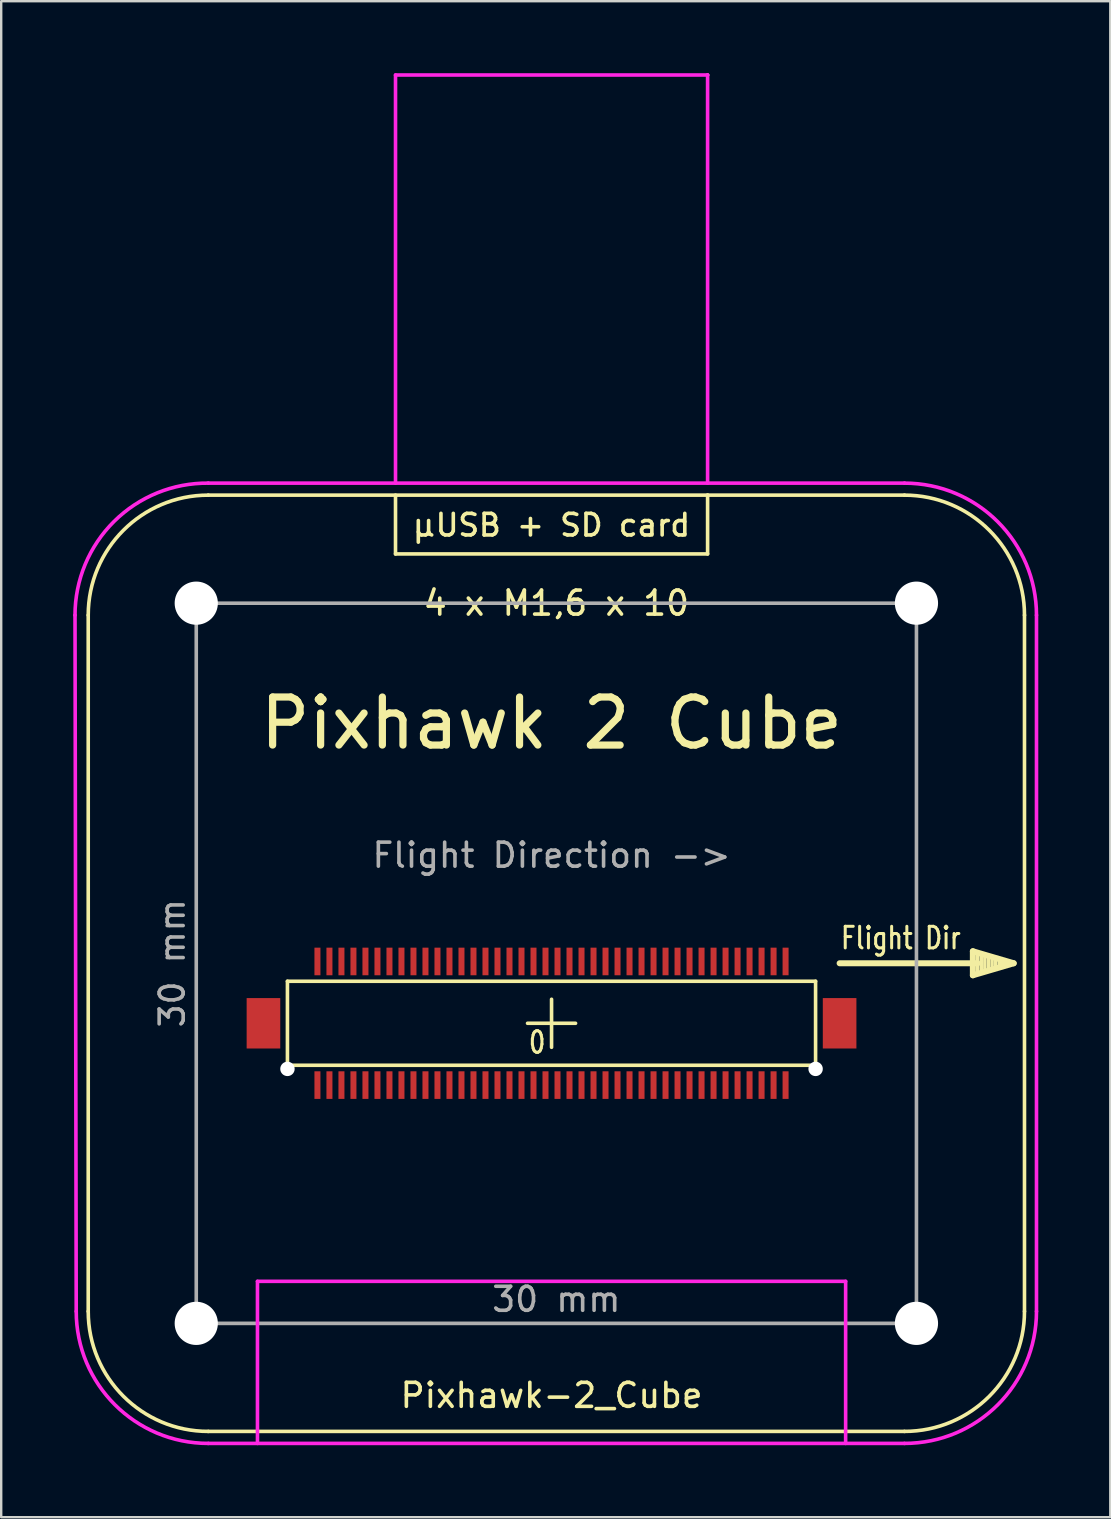
<source format=kicad_pcb>
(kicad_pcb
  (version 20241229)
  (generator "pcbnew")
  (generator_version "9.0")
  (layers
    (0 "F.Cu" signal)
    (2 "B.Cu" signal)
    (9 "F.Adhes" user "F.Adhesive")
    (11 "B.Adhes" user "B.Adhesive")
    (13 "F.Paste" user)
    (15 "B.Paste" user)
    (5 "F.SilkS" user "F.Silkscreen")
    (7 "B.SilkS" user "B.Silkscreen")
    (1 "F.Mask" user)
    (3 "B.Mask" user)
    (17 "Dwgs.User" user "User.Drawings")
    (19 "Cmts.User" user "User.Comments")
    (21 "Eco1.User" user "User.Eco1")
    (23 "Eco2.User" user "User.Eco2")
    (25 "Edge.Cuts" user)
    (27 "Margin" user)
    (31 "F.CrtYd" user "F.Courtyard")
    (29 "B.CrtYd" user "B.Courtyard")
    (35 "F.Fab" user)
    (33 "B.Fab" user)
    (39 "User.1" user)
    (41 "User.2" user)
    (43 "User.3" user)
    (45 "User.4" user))
  (footprint "Pixhawk-2_Cube"
    (layer "F.Cu")
    (at 19.925 39.575)
    (property "Reference" "Pixhawk-2_Cube" (at 0 15.5 0) (layer "F.SilkS") (effects (font (size 1 1) (thickness 0.15))))
    (attr smd)
    (fp_line (start -19.3 12) (end -19.3 -17) (stroke (width 0.15) (type solid)) (layer "F.SilkS"))
    (fp_line (start -14.3 17) (end 14.7 17) (stroke (width 0.15) (type solid)) (layer "F.SilkS"))
    (fp_line (start -11.002 -1.75) (end -11.002 1.75) (stroke (width 0.15) (type solid)) (layer "F.SilkS"))
    (fp_line (start -11.002 1.75) (end 10.998 1.75) (stroke (width 0.15) (type solid)) (layer "F.SilkS"))
    (fp_line (start -6.5 -22) (end -6.5 -19.55) (stroke (width 0.15) (type solid)) (layer "F.SilkS"))
    (fp_line (start -6.5 -19.55) (end 6.5 -19.55) (stroke (width 0.15) (type solid)) (layer "F.SilkS"))
    (fp_line (start -1 0) (end 1 0) (stroke (width 0.15) (type solid)) (layer "F.SilkS"))
    (fp_line (start 0 -1) (end 0 1) (stroke (width 0.15) (type solid)) (layer "F.SilkS"))
    (fp_line (start 6.5 -39.5) (end 6.5 -39.5) (stroke (width 0.15) (type solid)) (layer "F.SilkS"))
    (fp_line (start 6.5 -22) (end 6.5 -22) (stroke (width 0.15) (type solid)) (layer "F.SilkS"))
    (fp_line (start 6.5 -19.55) (end 6.5 -22) (stroke (width 0.15) (type solid)) (layer "F.SilkS"))
    (fp_line (start 10.998 -1.75) (end -11.002 -1.75) (stroke (width 0.15) (type solid)) (layer "F.SilkS"))
    (fp_line (start 10.998 1.75) (end 10.998 -1.75) (stroke (width 0.15) (type solid)) (layer "F.SilkS"))
    (fp_line (start 14.7 -22) (end -14.3 -22) (stroke (width 0.15) (type solid)) (layer "F.SilkS"))
    (fp_line (start 17.55 -3) (end 17.55 -2) (stroke (width 0.25) (type solid)) (layer "F.SilkS"))
    (fp_line (start 17.55 -2) (end 19.25 -2.5) (stroke (width 0.25) (type solid)) (layer "F.SilkS"))
    (fp_line (start 17.75 -2.85) (end 17.75 -2.15) (stroke (width 0.15) (type solid)) (layer "F.SilkS"))
    (fp_line (start 17.75 -2.5) (end 12 -2.5) (stroke (width 0.25) (type solid)) (layer "F.SilkS"))
    (fp_line (start 17.9 -2.8) (end 17.9 -2.2) (stroke (width 0.15) (type solid)) (layer "F.SilkS"))
    (fp_line (start 18.05 -2.75) (end 18.05 -2.25) (stroke (width 0.15) (type solid)) (layer "F.SilkS"))
    (fp_line (start 18.2 -2.7) (end 18.2 -2.3) (stroke (width 0.15) (type solid)) (layer "F.SilkS"))
    (fp_line (start 18.35 -2.65) (end 18.35 -2.35) (stroke (width 0.15) (type solid)) (layer "F.SilkS"))
    (fp_line (start 18.5 -2.6) (end 18.5 -2.4) (stroke (width 0.15) (type solid)) (layer "F.SilkS"))
    (fp_line (start 18.65 -2.6) (end 18.65 -2.4) (stroke (width 0.15) (type solid)) (layer "F.SilkS"))
    (fp_line (start 18.85 -2.5) (end 18.7 -2.5) (stroke (width 0.15) (type solid)) (layer "F.SilkS"))
    (fp_line (start 19.25 -2.5) (end 17.55 -3) (stroke (width 0.25) (type solid)) (layer "F.SilkS"))
    (fp_line (start 19.7 -17) (end 19.7 12) (stroke (width 0.15) (type solid)) (layer "F.SilkS"))
    (fp_arc (start -19.3 -17) (mid -17.835534 -20.535534) (end -14.3 -22) (stroke (width 0.15) (type solid)) (layer "F.SilkS"))
    (fp_arc (start -14.3 17) (mid -17.835534 15.535534) (end -19.3 12) (stroke (width 0.15) (type solid)) (layer "F.SilkS"))
    (fp_arc (start 14.7 -22) (mid 18.235534 -20.535534) (end 19.7 -17) (stroke (width 0.15) (type solid)) (layer "F.SilkS"))
    (fp_arc (start 19.7 12) (mid 18.235534 15.535534) (end 14.7 17) (stroke (width 0.15) (type solid)) (layer "F.SilkS"))
    (fp_line (start 0 10) (end -14.8 10) (stroke (width 0.15) (type solid)) (layer "Eco1.User"))
    (fp_line (start 10.25 0) (end 10.25 12.5) (stroke (width 0.15) (type solid)) (layer "Eco1.User"))
    (fp_line (start -19.8 12) (end -19.85 -17) (stroke (width 0.15) (type solid)) (layer "F.CrtYd"))
    (fp_line (start -14.3 -22.5) (end 14.7 -22.5) (stroke (width 0.15) (type solid)) (layer "F.CrtYd"))
    (fp_line (start -12.25 17.5) (end -12.25 10.75) (stroke (width 0.15) (type solid)) (layer "F.CrtYd"))
    (fp_line (start -6.5 -39.5) (end 6.5 -39.5) (stroke (width 0.15) (type solid)) (layer "F.CrtYd"))
    (fp_line (start -6.5 -22.5) (end -6.5 -39.5) (stroke (width 0.15) (type solid)) (layer "F.CrtYd"))
    (fp_line (start 6.5 -22.5) (end 6.5 -39.5) (stroke (width 0.15) (type solid)) (layer "F.CrtYd"))
    (fp_line (start 12.25 10.75) (end -12.25 10.75) (stroke (width 0.15) (type solid)) (layer "F.CrtYd"))
    (fp_line (start 12.25 17.5) (end 12.25 10.75) (stroke (width 0.15) (type solid)) (layer "F.CrtYd"))
    (fp_line (start 14.7 17.5) (end -14.3 17.5) (stroke (width 0.15) (type solid)) (layer "F.CrtYd"))
    (fp_line (start 20.2 -17) (end 20.2 12) (stroke (width 0.15) (type solid)) (layer "F.CrtYd"))
    (fp_arc (start -19.850227 -17) (mid -18.22153 -20.906885) (end -14.3 -22.5) (stroke (width 0.15) (type solid)) (layer "F.CrtYd"))
    (fp_arc (start -14.3 17.5) (mid -18.189087 15.889087) (end -19.8 12) (stroke (width 0.15) (type solid)) (layer "F.CrtYd"))
    (fp_arc (start 14.7 -22.5) (mid 18.589087 -20.889087) (end 20.2 -17) (stroke (width 0.15) (type solid)) (layer "F.CrtYd"))
    (fp_arc (start 20.2 12) (mid 18.589087 15.889087) (end 14.7 17.5) (stroke (width 0.15) (type solid)) (layer "F.CrtYd"))
    (fp_line (start -14.8 -17.5) (end 15.2 -17.5) (stroke (width 0.15) (type solid)) (layer "F.Fab"))
    (fp_line (start -14.8 12.5) (end -14.8 -17.5) (stroke (width 0.15) (type solid)) (layer "F.Fab"))
    (fp_line (start 15.2 -17.5) (end 15.2 12.5) (stroke (width 0.15) (type solid)) (layer "F.Fab"))
    (fp_line (start 15.2 12.5) (end -14.8 12.5) (stroke (width 0.15) (type solid)) (layer "F.Fab"))
    (fp_text user "µUSB + SD card" (at 0 -20.75 0) (layer "F.SilkS") (effects (font (size 0.9 0.9) (thickness 0.15))))
    (fp_text user "0" (at -0.6 0.8 0) (layer "F.SilkS") (effects (font (size 0.9 0.7) (thickness 0.125))))
    (fp_text user "4 x M1,6 x 10" (at 0.2 -17.5 0) (layer "F.SilkS") (effects (font (size 1 1) (thickness 0.15))))
    (fp_text user "Flight Dir" (at 14.55 -3.55 0) (layer "F.SilkS") (effects (font (size 0.9 0.7) (thickness 0.125))))
    (fp_text user "Pixhawk 2 Cube" (at 0 -12.5 0) (layer "F.SilkS") (effects (font (size 2 2) (thickness 0.3))))
    (fp_text user "12,5 mm" (at 9 8 90) (layer "Eco1.User") (effects (font (size 1 1) (thickness 0.15))))
    (fp_text user "14,8 mm" (at -8 8.95 0) (layer "Eco1.User") (effects (font (size 1 1) (thickness 0.15))))
    (fp_text user "30 mm" (at 0.2 11.5 0) (layer "F.Fab") (effects (font (size 1 1) (thickness 0.15))))
    (fp_text user "Flight Direction ->" (at 0 -7 0) (layer "F.Fab") (effects (font (size 1 1) (thickness 0.15))))
    (fp_text user "30 mm" (at -15.8 -2.5 90) (layer "F.Fab") (effects (font (size 1 1) (thickness 0.15))))
    (pad "" np_thru_hole circle (at -14.8 -17.5 90) (size 1.8 1.8) (drill 1.8) (layers "*.Cu" "*.Mask"))
    (pad "" np_thru_hole circle (at -14.8 12.5 90) (size 1.8 1.8) (drill 1.8) (layers "*.Cu" "*.Mask"))
    (pad "" np_thru_hole circle (at -11.001 1.9) (size 0.6 0.6) (drill 0.6) (layers "*.Cu" "*.Mask"))
    (pad "" np_thru_hole circle (at 10.999 1.9) (size 0.6 0.6) (drill 0.6) (layers "*.Cu" "*.Mask"))
    (pad "" np_thru_hole circle (at 15.2 -17.5 90) (size 1.8 1.8) (drill 1.8) (layers "*.Cu" "*.Mask"))
    (pad "" np_thru_hole circle (at 15.2 12.5 90) (size 1.8 1.8) (drill 1.8) (layers "*.Cu" "*.Mask"))
    (pad "0" smd rect (at -12.001 0.00028) (size 1.4 2.1) (layers "F.Cu" "F.Mask" "F.Paste"))
    (pad "0" smd rect (at 11.999 0) (size 1.4 2.1) (layers "F.Cu" "F.Mask" "F.Paste"))
    (pad "1" smd rect (at 9.748 -2.575) (size 0.25 1.15) (layers "F.Cu" "F.Mask" "F.Paste"))
    (pad "2" smd rect (at 9.748 2.575) (size 0.25 1.15) (layers "F.Cu" "F.Mask" "F.Paste"))
    (pad "3" smd rect (at 9.248 -2.575) (size 0.25 1.15) (layers "F.Cu" "F.Mask" "F.Paste"))
    (pad "4" smd rect (at 9.248 2.575) (size 0.25 1.15) (layers "F.Cu" "F.Mask" "F.Paste"))
    (pad "5" smd rect (at 8.748 -2.575) (size 0.25 1.15) (layers "F.Cu" "F.Mask" "F.Paste"))
    (pad "6" smd rect (at 8.748 2.575) (size 0.25 1.15) (layers "F.Cu" "F.Mask" "F.Paste"))
    (pad "7" smd rect (at 8.248 -2.575) (size 0.25 1.15) (layers "F.Cu" "F.Mask" "F.Paste"))
    (pad "8" smd rect (at 8.248 2.575) (size 0.25 1.15) (layers "F.Cu" "F.Mask" "F.Paste"))
    (pad "9" smd rect (at 7.748 -2.575) (size 0.25 1.15) (layers "F.Cu" "F.Mask" "F.Paste"))
    (pad "10" smd rect (at 7.748 2.575) (size 0.25 1.15) (layers "F.Cu" "F.Mask" "F.Paste"))
    (pad "11" smd rect (at 7.248 -2.575) (size 0.25 1.15) (layers "F.Cu" "F.Mask" "F.Paste"))
    (pad "12" smd rect (at 7.248 2.575) (size 0.25 1.15) (layers "F.Cu" "F.Mask" "F.Paste"))
    (pad "13" smd rect (at 6.748 -2.575) (size 0.25 1.15) (layers "F.Cu" "F.Mask" "F.Paste"))
    (pad "14" smd rect (at 6.748 2.575) (size 0.25 1.15) (layers "F.Cu" "F.Mask" "F.Paste"))
    (pad "15" smd rect (at 6.248 -2.575) (size 0.25 1.15) (layers "F.Cu" "F.Mask" "F.Paste"))
    (pad "16" smd rect (at 6.248 2.575) (size 0.25 1.15) (layers "F.Cu" "F.Mask" "F.Paste"))
    (pad "17" smd rect (at 5.748 -2.575) (size 0.25 1.15) (layers "F.Cu" "F.Mask" "F.Paste"))
    (pad "18" smd rect (at 5.748 2.575) (size 0.25 1.15) (layers "F.Cu" "F.Mask" "F.Paste"))
    (pad "19" smd rect (at 5.248 -2.575) (size 0.25 1.15) (layers "F.Cu" "F.Mask" "F.Paste"))
    (pad "20" smd rect (at 5.248 2.575) (size 0.25 1.15) (layers "F.Cu" "F.Mask" "F.Paste"))
    (pad "21" smd rect (at 4.748 -2.575) (size 0.25 1.15) (layers "F.Cu" "F.Mask" "F.Paste"))
    (pad "22" smd rect (at 4.748 2.575) (size 0.25 1.15) (layers "F.Cu" "F.Mask" "F.Paste"))
    (pad "23" smd rect (at 4.248 -2.575) (size 0.25 1.15) (layers "F.Cu" "F.Mask" "F.Paste"))
    (pad "24" smd rect (at 4.248 2.575) (size 0.25 1.15) (layers "F.Cu" "F.Mask" "F.Paste"))
    (pad "25" smd rect (at 3.748 -2.575) (size 0.25 1.15) (layers "F.Cu" "F.Mask" "F.Paste"))
    (pad "26" smd rect (at 3.748 2.575) (size 0.25 1.15) (layers "F.Cu" "F.Mask" "F.Paste"))
    (pad "27" smd rect (at 3.248 -2.575) (size 0.25 1.15) (layers "F.Cu" "F.Mask" "F.Paste"))
    (pad "28" smd rect (at 3.248 2.575) (size 0.25 1.15) (layers "F.Cu" "F.Mask" "F.Paste"))
    (pad "29" smd rect (at 2.748 -2.575) (size 0.25 1.15) (layers "F.Cu" "F.Mask" "F.Paste"))
    (pad "30" smd rect (at 2.748 2.575) (size 0.25 1.15) (layers "F.Cu" "F.Mask" "F.Paste"))
    (pad "31" smd rect (at 2.248 -2.575) (size 0.25 1.15) (layers "F.Cu" "F.Mask" "F.Paste"))
    (pad "32" smd rect (at 2.248 2.575) (size 0.25 1.15) (layers "F.Cu" "F.Mask" "F.Paste"))
    (pad "33" smd rect (at 1.748 -2.575) (size 0.25 1.15) (layers "F.Cu" "F.Mask" "F.Paste"))
    (pad "34" smd rect (at 1.748 2.575) (size 0.25 1.15) (layers "F.Cu" "F.Mask" "F.Paste"))
    (pad "35" smd rect (at 1.248 -2.575) (size 0.25 1.15) (layers "F.Cu" "F.Mask" "F.Paste"))
    (pad "36" smd rect (at 1.248 2.575) (size 0.25 1.15) (layers "F.Cu" "F.Mask" "F.Paste"))
    (pad "37" smd rect (at 0.748 -2.575) (size 0.25 1.15) (layers "F.Cu" "F.Mask" "F.Paste"))
    (pad "38" smd rect (at 0.748 2.575) (size 0.25 1.15) (layers "F.Cu" "F.Mask" "F.Paste"))
    (pad "39" smd rect (at 0.248 -2.575) (size 0.25 1.15) (layers "F.Cu" "F.Mask" "F.Paste"))
    (pad "40" smd rect (at 0.248 2.575) (size 0.25 1.15) (layers "F.Cu" "F.Mask" "F.Paste"))
    (pad "41" smd rect (at -0.252 -2.575) (size 0.25 1.15) (layers "F.Cu" "F.Mask" "F.Paste"))
    (pad "42" smd rect (at -0.252 2.575) (size 0.25 1.15) (layers "F.Cu" "F.Mask" "F.Paste"))
    (pad "43" smd rect (at -0.752 -2.575) (size 0.25 1.15) (layers "F.Cu" "F.Mask" "F.Paste"))
    (pad "44" smd rect (at -0.752 2.575) (size 0.25 1.15) (layers "F.Cu" "F.Mask" "F.Paste"))
    (pad "45" smd rect (at -1.252 -2.575) (size 0.25 1.15) (layers "F.Cu" "F.Mask" "F.Paste"))
    (pad "46" smd rect (at -1.252 2.575) (size 0.25 1.15) (layers "F.Cu" "F.Mask" "F.Paste"))
    (pad "47" smd rect (at -1.752 -2.575) (size 0.25 1.15) (layers "F.Cu" "F.Mask" "F.Paste"))
    (pad "48" smd rect (at -1.752 2.575) (size 0.25 1.15) (layers "F.Cu" "F.Mask" "F.Paste"))
    (pad "49" smd rect (at -2.252 -2.575) (size 0.25 1.15) (layers "F.Cu" "F.Mask" "F.Paste"))
    (pad "50" smd rect (at -2.252 2.575) (size 0.25 1.15) (layers "F.Cu" "F.Mask" "F.Paste"))
    (pad "51" smd rect (at -2.752 -2.575) (size 0.25 1.15) (layers "F.Cu" "F.Mask" "F.Paste"))
    (pad "52" smd rect (at -2.752 2.575) (size 0.25 1.15) (layers "F.Cu" "F.Mask" "F.Paste"))
    (pad "53" smd rect (at -3.252 -2.575) (size 0.25 1.15) (layers "F.Cu" "F.Mask" "F.Paste"))
    (pad "54" smd rect (at -3.252 2.575) (size 0.25 1.15) (layers "F.Cu" "F.Mask" "F.Paste"))
    (pad "55" smd rect (at -3.752 -2.575) (size 0.25 1.15) (layers "F.Cu" "F.Mask" "F.Paste"))
    (pad "56" smd rect (at -3.752 2.575) (size 0.25 1.15) (layers "F.Cu" "F.Mask" "F.Paste"))
    (pad "57" smd rect (at -4.252 -2.575) (size 0.25 1.15) (layers "F.Cu" "F.Mask" "F.Paste"))
    (pad "58" smd rect (at -4.252 2.575) (size 0.25 1.15) (layers "F.Cu" "F.Mask" "F.Paste"))
    (pad "59" smd rect (at -4.752 -2.575) (size 0.25 1.15) (layers "F.Cu" "F.Mask" "F.Paste"))
    (pad "60" smd rect (at -4.752 2.575) (size 0.25 1.15) (layers "F.Cu" "F.Mask" "F.Paste"))
    (pad "61" smd rect (at -5.252 -2.575) (size 0.25 1.15) (layers "F.Cu" "F.Mask" "F.Paste"))
    (pad "62" smd rect (at -5.252 2.575) (size 0.25 1.15) (layers "F.Cu" "F.Mask" "F.Paste"))
    (pad "63" smd rect (at -5.752 -2.575) (size 0.25 1.15) (layers "F.Cu" "F.Mask" "F.Paste"))
    (pad "64" smd rect (at -5.752 2.575) (size 0.25 1.15) (layers "F.Cu" "F.Mask" "F.Paste"))
    (pad "65" smd rect (at -6.252 -2.575) (size 0.25 1.15) (layers "F.Cu" "F.Mask" "F.Paste"))
    (pad "66" smd rect (at -6.252 2.575) (size 0.25 1.15) (layers "F.Cu" "F.Mask" "F.Paste"))
    (pad "67" smd rect (at -6.752 -2.575) (size 0.25 1.15) (layers "F.Cu" "F.Mask" "F.Paste"))
    (pad "68" smd rect (at -6.752 2.575) (size 0.25 1.15) (layers "F.Cu" "F.Mask" "F.Paste"))
    (pad "69" smd rect (at -7.252 -2.575) (size 0.25 1.15) (layers "F.Cu" "F.Mask" "F.Paste"))
    (pad "70" smd rect (at -7.252 2.575) (size 0.25 1.15) (layers "F.Cu" "F.Mask" "F.Paste"))
    (pad "71" smd rect (at -7.752 -2.575) (size 0.25 1.15) (layers "F.Cu" "F.Mask" "F.Paste"))
    (pad "72" smd rect (at -7.752 2.575) (size 0.25 1.15) (layers "F.Cu" "F.Mask" "F.Paste"))
    (pad "73" smd rect (at -8.252 -2.575) (size 0.25 1.15) (layers "F.Cu" "F.Mask" "F.Paste"))
    (pad "74" smd rect (at -8.252 2.575) (size 0.25 1.15) (layers "F.Cu" "F.Mask" "F.Paste"))
    (pad "75" smd rect (at -8.752 -2.575) (size 0.25 1.15) (layers "F.Cu" "F.Mask" "F.Paste"))
    (pad "76" smd rect (at -8.752 2.575) (size 0.25 1.15) (layers "F.Cu" "F.Mask" "F.Paste"))
    (pad "77" smd rect (at -9.252 -2.575) (size 0.25 1.15) (layers "F.Cu" "F.Mask" "F.Paste"))
    (pad "78" smd rect (at -9.252 2.575) (size 0.25 1.15) (layers "F.Cu" "F.Mask" "F.Paste"))
    (pad "79" smd rect (at -9.752 -2.575) (size 0.25 1.15) (layers "F.Cu" "F.Mask" "F.Paste"))
    (pad "80" smd rect (at -9.752 2.575) (size 0.25 1.15) (layers "F.Cu" "F.Mask" "F.Paste")))
  (gr_rect
    (start -3 -3)
    (end 43.2 60.15)
    (stroke (width 0.1) (type default))
    (fill no)
    (layer "Edge.Cuts")))
</source>
